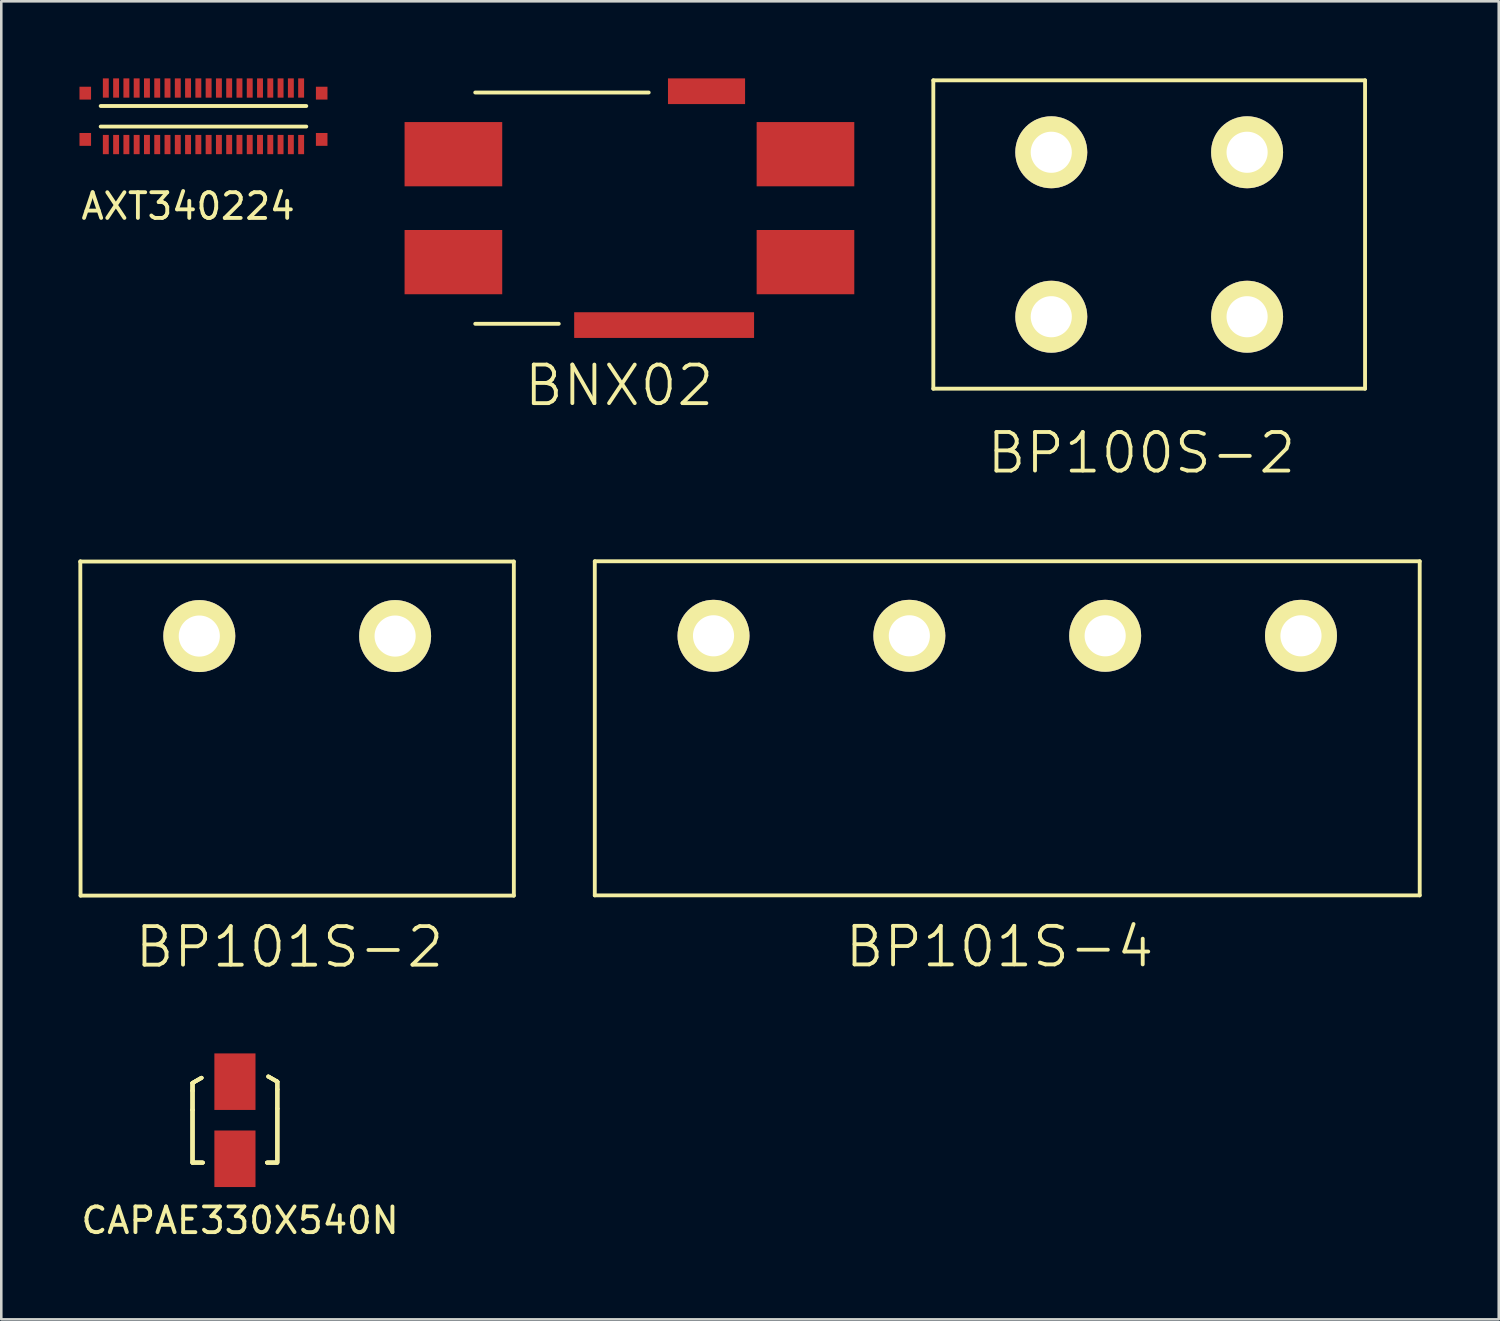
<source format=kicad_pcb>
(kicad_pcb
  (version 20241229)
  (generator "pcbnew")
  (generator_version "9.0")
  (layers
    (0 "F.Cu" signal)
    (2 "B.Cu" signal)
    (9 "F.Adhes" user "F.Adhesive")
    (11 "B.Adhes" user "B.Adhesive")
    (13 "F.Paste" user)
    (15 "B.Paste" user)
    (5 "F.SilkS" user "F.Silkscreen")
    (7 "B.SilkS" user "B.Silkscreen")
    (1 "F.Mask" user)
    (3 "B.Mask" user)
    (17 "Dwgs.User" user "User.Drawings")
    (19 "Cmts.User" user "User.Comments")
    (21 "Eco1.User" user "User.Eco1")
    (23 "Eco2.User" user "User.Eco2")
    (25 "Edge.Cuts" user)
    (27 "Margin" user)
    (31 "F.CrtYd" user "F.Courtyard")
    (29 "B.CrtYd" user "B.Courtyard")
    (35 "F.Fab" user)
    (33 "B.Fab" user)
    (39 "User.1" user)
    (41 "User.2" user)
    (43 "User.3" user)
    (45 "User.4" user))
  (footprint "BP100S-2"
    (layer "F.Cu")
    (at 41.668 6.075)
    (property "Reference" "BP100S-2" (at -0.3 8.5 0) (layer "F.SilkS") (effects (font (size 1.5 1.5) (thickness 0.15))))
    (attr through_hole)
    (fp_line (start -8.4 -6) (end 8.4 -6) (stroke (width 0.15) (type solid)) (layer "F.SilkS"))
    (fp_line (start -8.4 6) (end -8.4 -6) (stroke (width 0.15) (type solid)) (layer "F.SilkS"))
    (fp_line (start -8.4 6) (end 8.4 6) (stroke (width 0.15) (type solid)) (layer "F.SilkS"))
    (fp_line (start 8.4 6) (end 8.4 -6) (stroke (width 0.15) (type solid)) (layer "F.SilkS"))
    (pad "1" thru_hole circle (at -3.81 -3.2) (size 2.8 2.8) (drill 1.6) (layers "*.Cu" "*.Mask" "F.SilkS"))
    (pad "1" thru_hole circle (at -3.81 3.2) (size 2.8 2.8) (drill 1.6) (layers "*.Cu" "*.Mask" "F.SilkS"))
    (pad "2" thru_hole circle (at 3.81 -3.2) (size 2.8 2.8) (drill 1.6) (layers "*.Cu" "*.Mask" "F.SilkS"))
    (pad "2" thru_hole circle (at 3.81 3.2) (size 2.8 2.8) (drill 1.6) (layers "*.Cu" "*.Mask" "F.SilkS")))
  (footprint "CAPAE330X540N"
    (layer "F.Cu")
    (at 6.092 40.541)
    (property "Reference" "CAPAE330X540N" (at 0.2 3.9 0) (layer "F.SilkS") (effects (font (size 1 1) (thickness 0.15))))
    (attr through_hole)
    (fp_line (start -1.65 -1.45) (end -1.3 -1.65) (stroke (width 0.15) (type solid)) (layer "F.SilkS"))
    (fp_line (start -1.65 -1.45) (end -1.3 -1.65) (stroke (width 0.15) (type solid)) (layer "F.SilkS"))
    (fp_line (start -1.65 -1.45) (end -1.3 -1.65) (stroke (width 0.15) (type solid)) (layer "F.SilkS"))
    (fp_line (start -1.65 -1.45) (end -1.3 -1.65) (stroke (width 0.15) (type solid)) (layer "F.SilkS"))
    (fp_line (start -1.65 -1.15) (end -1.65 -1.45) (stroke (width 0.15) (type solid)) (layer "F.SilkS"))
    (fp_line (start -1.65 -1.15) (end -1.65 -1.45) (stroke (width 0.15) (type solid)) (layer "F.SilkS"))
    (fp_line (start -1.65 -1.15) (end -1.65 -1.45) (stroke (width 0.15) (type solid)) (layer "F.SilkS"))
    (fp_line (start -1.65 -1.15) (end -1.65 -1.45) (stroke (width 0.15) (type solid)) (layer "F.SilkS"))
    (fp_line (start -1.65 -0.4) (end -1.65 -1.15) (stroke (width 0.15) (type solid)) (layer "F.SilkS"))
    (fp_line (start -1.65 -0.4) (end -1.65 -1.15) (stroke (width 0.15) (type solid)) (layer "F.SilkS"))
    (fp_line (start -1.65 -0.4) (end -1.65 -1.15) (stroke (width 0.15) (type solid)) (layer "F.SilkS"))
    (fp_line (start -1.65 -0.4) (end -1.65 -1.15) (stroke (width 0.15) (type solid)) (layer "F.SilkS"))
    (fp_line (start -1.65 1.65) (end -1.65 -0.4) (stroke (width 0.15) (type solid)) (layer "F.SilkS"))
    (fp_line (start -1.65 1.65) (end -1.65 -0.4) (stroke (width 0.15) (type solid)) (layer "F.SilkS"))
    (fp_line (start -1.65 1.65) (end -1.65 -0.4) (stroke (width 0.15) (type solid)) (layer "F.SilkS"))
    (fp_line (start -1.65 1.65) (end -1.65 -0.4) (stroke (width 0.15) (type solid)) (layer "F.SilkS"))
    (fp_line (start -1.65 1.65) (end -1.25 1.65) (stroke (width 0.15) (type solid)) (layer "F.SilkS"))
    (fp_line (start -1.65 1.65) (end -1.25 1.65) (stroke (width 0.15) (type solid)) (layer "F.SilkS"))
    (fp_line (start -1.65 1.65) (end -1.25 1.65) (stroke (width 0.15) (type solid)) (layer "F.SilkS"))
    (fp_line (start -1.65 1.65) (end -1.25 1.65) (stroke (width 0.15) (type solid)) (layer "F.SilkS"))
    (fp_line (start 1.65 -1.5) (end 1.3 -1.7) (stroke (width 0.15) (type solid)) (layer "F.SilkS"))
    (fp_line (start 1.65 -1.5) (end 1.3 -1.7) (stroke (width 0.15) (type solid)) (layer "F.SilkS"))
    (fp_line (start 1.65 -1.5) (end 1.3 -1.7) (stroke (width 0.15) (type solid)) (layer "F.SilkS"))
    (fp_line (start 1.65 -1.5) (end 1.3 -1.7) (stroke (width 0.15) (type solid)) (layer "F.SilkS"))
    (fp_line (start 1.65 -1.2) (end 1.65 -1.5) (stroke (width 0.15) (type solid)) (layer "F.SilkS"))
    (fp_line (start 1.65 -1.2) (end 1.65 -1.5) (stroke (width 0.15) (type solid)) (layer "F.SilkS"))
    (fp_line (start 1.65 -1.2) (end 1.65 -1.5) (stroke (width 0.15) (type solid)) (layer "F.SilkS"))
    (fp_line (start 1.65 -1.2) (end 1.65 -1.5) (stroke (width 0.15) (type solid)) (layer "F.SilkS"))
    (fp_line (start 1.65 -0.45) (end 1.65 -1.2) (stroke (width 0.15) (type solid)) (layer "F.SilkS"))
    (fp_line (start 1.65 -0.45) (end 1.65 -1.2) (stroke (width 0.15) (type solid)) (layer "F.SilkS"))
    (fp_line (start 1.65 -0.45) (end 1.65 -1.2) (stroke (width 0.15) (type solid)) (layer "F.SilkS"))
    (fp_line (start 1.65 -0.45) (end 1.65 -1.2) (stroke (width 0.15) (type solid)) (layer "F.SilkS"))
    (fp_line (start 1.65 1.6) (end 1.65 -0.45) (stroke (width 0.15) (type solid)) (layer "F.SilkS"))
    (fp_line (start 1.65 1.6) (end 1.65 -0.45) (stroke (width 0.15) (type solid)) (layer "F.SilkS"))
    (fp_line (start 1.65 1.6) (end 1.65 -0.45) (stroke (width 0.15) (type solid)) (layer "F.SilkS"))
    (fp_line (start 1.65 1.6) (end 1.65 -0.45) (stroke (width 0.15) (type solid)) (layer "F.SilkS"))
    (fp_line (start 1.65 1.65) (end 1.25 1.65) (stroke (width 0.15) (type solid)) (layer "F.SilkS"))
    (fp_line (start 1.65 1.65) (end 1.25 1.65) (stroke (width 0.15) (type solid)) (layer "F.SilkS"))
    (fp_line (start 1.65 1.65) (end 1.25 1.65) (stroke (width 0.15) (type solid)) (layer "F.SilkS"))
    (fp_line (start 1.65 1.65) (end 1.25 1.65) (stroke (width 0.15) (type solid)) (layer "F.SilkS"))
    (pad "1" smd rect (at 0 -1.5) (size 1.6 2.2) (layers "F.Cu" "F.Mask" "F.Paste"))
    (pad "2" smd rect (at 0 1.5) (size 1.6 2.2) (layers "F.Cu" "F.Mask" "F.Paste")))
  (footprint "BNX02"
    (layer "F.Cu")
    (at 21.443 5.05)
    (property "Reference" "BNX02" (at -0.4 6.9 0) (layer "F.SilkS") (effects (font (size 1.5 1.5) (thickness 0.15))))
    (attr through_hole)
    (fp_line (start -2.75 4.5) (end -6 4.5) (stroke (width 0.15) (type solid)) (layer "F.SilkS"))
    (fp_line (start 0.75 -4.5) (end -6 -4.5) (stroke (width 0.15) (type solid)) (layer "F.SilkS"))
    (pad "1" smd rect (at -6.85 -2.1) (size 3.8 2.5) (layers "F.Cu" "F.Mask" "F.Paste"))
    (pad "2" smd rect (at 6.85 -2.1) (size 3.8 2.5) (layers "F.Cu" "F.Mask" "F.Paste"))
    (pad "3" smd rect (at -6.85 2.1) (size 3.8 2.5) (layers "F.Cu" "F.Mask" "F.Paste"))
    (pad "4" smd rect (at 1.35 4.55) (size 7 1) (layers "F.Cu" "F.Mask" "F.Paste"))
    (pad "4" smd rect (at 3 -4.55) (size 3 1) (layers "F.Cu" "F.Mask" "F.Paste"))
    (pad "4" smd rect (at 6.85 2.1) (size 3.8 2.5) (layers "F.Cu" "F.Mask" "F.Paste")))
  (footprint "AXT340224"
    (layer "F.Cu")
    (at 4.868 1.475)
    (property "Reference" "AXT340224" (at -0.6 3.5 0) (layer "F.SilkS") (effects (font (size 1 1) (thickness 0.15))))
    (attr through_hole)
    (fp_line (start -4 -0.4) (end 4 -0.4) (stroke (width 0.15) (type solid)) (layer "F.SilkS"))
    (fp_line (start 4 0.4) (end -4 0.4) (stroke (width 0.15) (type solid)) (layer "F.SilkS"))
    (pad "1" smd rect (at 3.8 1.1) (size 0.23 0.75) (layers "F.Cu" "F.Mask" "F.Paste"))
    (pad "2" smd rect (at 3.8 -1.1) (size 0.23 0.75) (layers "F.Cu" "F.Mask" "F.Paste"))
    (pad "3" smd rect (at 3.4 1.1) (size 0.23 0.75) (layers "F.Cu" "F.Mask" "F.Paste"))
    (pad "4" smd rect (at 3.4 -1.1) (size 0.23 0.75) (layers "F.Cu" "F.Mask" "F.Paste"))
    (pad "5" smd rect (at 3 1.1) (size 0.23 0.75) (layers "F.Cu" "F.Mask" "F.Paste"))
    (pad "6" smd rect (at 3 -1.1) (size 0.23 0.75) (layers "F.Cu" "F.Mask" "F.Paste"))
    (pad "7" smd rect (at 2.6 1.1) (size 0.23 0.75) (layers "F.Cu" "F.Mask" "F.Paste"))
    (pad "8" smd rect (at 2.6 -1.1) (size 0.23 0.75) (layers "F.Cu" "F.Mask" "F.Paste"))
    (pad "9" smd rect (at 2.2 1.1) (size 0.23 0.75) (layers "F.Cu" "F.Mask" "F.Paste"))
    (pad "10" smd rect (at 2.2 -1.1) (size 0.23 0.75) (layers "F.Cu" "F.Mask" "F.Paste"))
    (pad "11" smd rect (at 1.8 1.1) (size 0.23 0.75) (layers "F.Cu" "F.Mask" "F.Paste"))
    (pad "12" smd rect (at 1.8 -1.1) (size 0.23 0.75) (layers "F.Cu" "F.Mask" "F.Paste"))
    (pad "13" smd rect (at 1.4 1.1) (size 0.23 0.75) (layers "F.Cu" "F.Mask" "F.Paste"))
    (pad "14" smd rect (at 1.4 -1.1) (size 0.23 0.75) (layers "F.Cu" "F.Mask" "F.Paste"))
    (pad "15" smd rect (at 1 1.1) (size 0.23 0.75) (layers "F.Cu" "F.Mask" "F.Paste"))
    (pad "16" smd rect (at 1 -1.1) (size 0.23 0.75) (layers "F.Cu" "F.Mask" "F.Paste"))
    (pad "17" smd rect (at 0.6 1.1) (size 0.23 0.75) (layers "F.Cu" "F.Mask" "F.Paste"))
    (pad "18" smd rect (at 0.6 -1.1) (size 0.23 0.75) (layers "F.Cu" "F.Mask" "F.Paste"))
    (pad "19" smd rect (at 0.2 1.1) (size 0.23 0.75) (layers "F.Cu" "F.Mask" "F.Paste"))
    (pad "20" smd rect (at 0.2 -1.1) (size 0.23 0.75) (layers "F.Cu" "F.Mask" "F.Paste"))
    (pad "21" smd rect (at -0.2 1.1) (size 0.23 0.75) (layers "F.Cu" "F.Mask" "F.Paste"))
    (pad "22" smd rect (at -0.2 -1.1) (size 0.23 0.75) (layers "F.Cu" "F.Mask" "F.Paste"))
    (pad "23" smd rect (at -0.6 1.1) (size 0.23 0.75) (layers "F.Cu" "F.Mask" "F.Paste"))
    (pad "24" smd rect (at -0.6 -1.1) (size 0.23 0.75) (layers "F.Cu" "F.Mask" "F.Paste"))
    (pad "25" smd rect (at -1 1.1) (size 0.23 0.75) (layers "F.Cu" "F.Mask" "F.Paste"))
    (pad "26" smd rect (at -1 -1.1) (size 0.23 0.75) (layers "F.Cu" "F.Mask" "F.Paste"))
    (pad "27" smd rect (at -1.4 1.1) (size 0.23 0.75) (layers "F.Cu" "F.Mask" "F.Paste"))
    (pad "28" smd rect (at -1.4 -1.1) (size 0.23 0.75) (layers "F.Cu" "F.Mask" "F.Paste"))
    (pad "29" smd rect (at -1.8 1.1) (size 0.23 0.75) (layers "F.Cu" "F.Mask" "F.Paste"))
    (pad "30" smd rect (at -1.8 -1.1) (size 0.23 0.75) (layers "F.Cu" "F.Mask" "F.Paste"))
    (pad "31" smd rect (at -2.2 1.1) (size 0.23 0.75) (layers "F.Cu" "F.Mask" "F.Paste"))
    (pad "32" smd rect (at -2.2 -1.1) (size 0.23 0.75) (layers "F.Cu" "F.Mask" "F.Paste"))
    (pad "33" smd rect (at -2.6 1.1) (size 0.23 0.75) (layers "F.Cu" "F.Mask" "F.Paste"))
    (pad "34" smd rect (at -2.6 -1.1) (size 0.23 0.75) (layers "F.Cu" "F.Mask" "F.Paste"))
    (pad "35" smd rect (at -3 1.1) (size 0.23 0.75) (layers "F.Cu" "F.Mask" "F.Paste"))
    (pad "36" smd rect (at -3 -1.1) (size 0.23 0.75) (layers "F.Cu" "F.Mask" "F.Paste"))
    (pad "37" smd rect (at -3.4 1.1) (size 0.23 0.75) (layers "F.Cu" "F.Mask" "F.Paste"))
    (pad "38" smd rect (at -3.4 -1.1) (size 0.23 0.75) (layers "F.Cu" "F.Mask" "F.Paste"))
    (pad "39" smd rect (at -3.8 1.1) (size 0.23 0.75) (layers "F.Cu" "F.Mask" "F.Paste"))
    (pad "40" smd rect (at -3.8 -1.1) (size 0.23 0.75) (layers "F.Cu" "F.Mask" "F.Paste"))
    (pad "42" smd rect (at 4.6 0.9) (size 0.45 0.5) (layers "F.Cu" "F.Mask" "F.Paste"))
    (pad "43" smd rect (at 4.6 -0.9) (size 0.45 0.5) (layers "F.Cu" "F.Mask" "F.Paste"))
    (pad "44" smd rect (at -4.6 0.9) (size 0.45 0.5) (layers "F.Cu" "F.Mask" "F.Paste"))
    (pad "45" smd rect (at -4.6 -0.9) (size 0.45 0.5) (layers "F.Cu" "F.Mask" "F.Paste")))
  (footprint "BP101S-2"
    (layer "F.Cu")
    (at 8.515 25.301)
    (property "Reference" "BP101S-2" (at -0.3 8.5 0) (layer "F.SilkS") (effects (font (size 1.5 1.5) (thickness 0.15))))
    (attr through_hole)
    (fp_line (start -8.44 -6.49) (end -8.44 -6.51) (stroke (width 0.15) (type solid)) (layer "F.SilkS"))
    (fp_line (start -8.43 -6.5) (end 8.43 -6.5) (stroke (width 0.15) (type solid)) (layer "F.SilkS"))
    (fp_line (start -8.43 6.5) (end -8.44 -6.49) (stroke (width 0.15) (type solid)) (layer "F.SilkS"))
    (fp_line (start -8.43 6.5) (end 8.43 6.5) (stroke (width 0.15) (type solid)) (layer "F.SilkS"))
    (fp_line (start 8.43 6.5) (end 8.43 -6.5) (stroke (width 0.15) (type solid)) (layer "F.SilkS"))
    (pad "1" thru_hole circle (at -3.81 -3.6) (size 2.8 2.8) (drill 1.6) (layers "*.Cu" "*.Mask" "F.SilkS"))
    (pad "2" thru_hole circle (at 3.81 -3.6) (size 2.8 2.8) (drill 1.6) (layers "*.Cu" "*.Mask" "F.SilkS")))
  (footprint "BP101S-4"
    (layer "F.Cu")
    (at 36.145 25.291)
    (property "Reference" "BP101S-4" (at -0.3 8.5 0) (layer "F.SilkS") (effects (font (size 1.5 1.5) (thickness 0.15))))
    (attr through_hole)
    (fp_line (start -16.05 -6.5) (end 16.05 -6.5) (stroke (width 0.15) (type solid)) (layer "F.SilkS"))
    (fp_line (start -16.05 6.5) (end -16.05 -6.5) (stroke (width 0.15) (type solid)) (layer "F.SilkS"))
    (fp_line (start 16.05 -6.5) (end 16.05 6.5) (stroke (width 0.15) (type solid)) (layer "F.SilkS"))
    (fp_line (start 16.05 6.5) (end -16.05 6.5) (stroke (width 0.15) (type solid)) (layer "F.SilkS"))
    (pad "1" thru_hole circle (at -11.43 -3.6) (size 2.8 2.8) (drill 1.6) (layers "*.Cu" "*.Mask" "F.SilkS"))
    (pad "2" thru_hole circle (at -3.81 -3.6) (size 2.8 2.8) (drill 1.6) (layers "*.Cu" "*.Mask" "F.SilkS"))
    (pad "3" thru_hole circle (at 3.81 -3.6) (size 2.8 2.8) (drill 1.6) (layers "*.Cu" "*.Mask" "F.SilkS"))
    (pad "4" thru_hole circle (at 11.43 -3.6) (size 2.8 2.8) (drill 1.6) (layers "*.Cu" "*.Mask" "F.SilkS")))
  (gr_rect
    (start -3 -3)
    (end 55.27 48.29)
    (stroke (width 0.1) (type default))
    (fill no)
    (layer "Edge.Cuts")))
</source>
